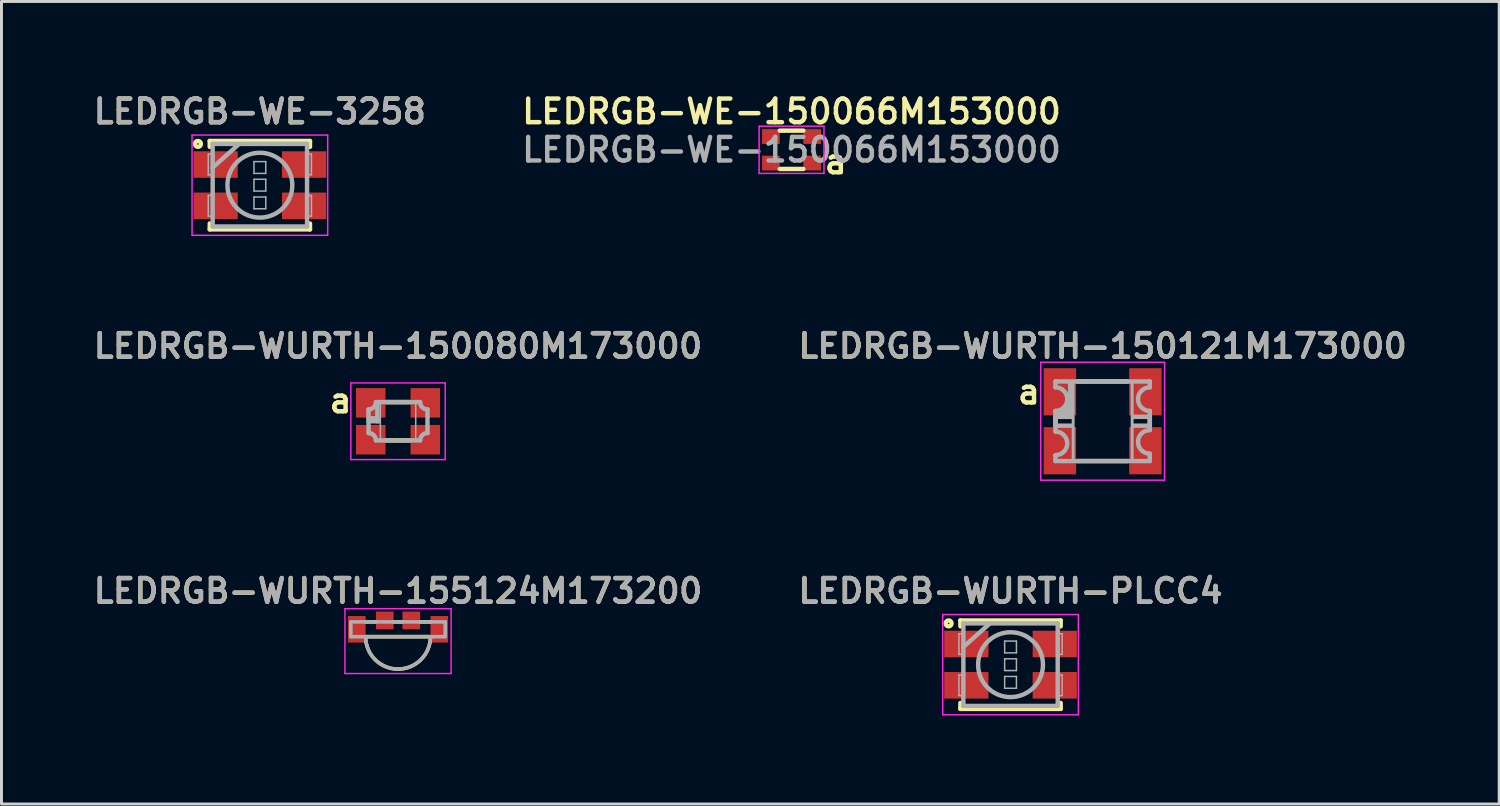
<source format=kicad_pcb>
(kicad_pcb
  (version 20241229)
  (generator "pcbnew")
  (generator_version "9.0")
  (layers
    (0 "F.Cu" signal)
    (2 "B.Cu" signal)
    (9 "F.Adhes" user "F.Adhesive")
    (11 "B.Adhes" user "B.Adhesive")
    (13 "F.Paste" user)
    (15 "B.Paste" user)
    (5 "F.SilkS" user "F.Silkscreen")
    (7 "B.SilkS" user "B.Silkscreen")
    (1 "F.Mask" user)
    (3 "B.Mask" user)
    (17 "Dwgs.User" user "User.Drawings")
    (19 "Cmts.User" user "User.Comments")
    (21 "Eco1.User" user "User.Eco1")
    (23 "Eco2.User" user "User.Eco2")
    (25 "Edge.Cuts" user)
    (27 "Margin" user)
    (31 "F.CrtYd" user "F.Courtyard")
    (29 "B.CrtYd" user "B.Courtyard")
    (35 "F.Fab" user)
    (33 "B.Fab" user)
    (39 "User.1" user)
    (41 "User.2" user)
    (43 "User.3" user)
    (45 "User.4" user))
  (footprint "LEDRGB-WURTH-155124M173200"
    (layer "F.Cu")
    (at 10.45 18.294)
    (property "Reference" "LEDRGB-WURTH-155124M173200" (at 0 -1.3 0) (layer "F.SilkS") (effects (font (size 0.8 0.8) (thickness 0.15))))
    (attr smd)
    (fp_line (start -1.1 0.25) (end 1.05 0.25) (stroke (width 0.12) (type solid)) (layer "F.SilkS"))
    (fp_line (start -0.75 -0.25) (end -1.1 -0.25) (stroke (width 0.12) (type solid)) (layer "F.SilkS"))
    (fp_line (start 0.15 -0.25) (end -0.15 -0.25) (stroke (width 0.12) (type solid)) (layer "F.SilkS"))
    (fp_line (start 1.1 -0.25) (end 0.75 -0.25) (stroke (width 0.12) (type solid)) (layer "F.SilkS"))
    (fp_arc (start 1.1 0.25) (mid 0 1.35) (end -1.1 0.25) (stroke (width 0.12) (type solid)) (layer "F.SilkS"))
    (fp_line (start -1.8 -0.7) (end 1.8 -0.7) (stroke (width 0.05) (type solid)) (layer "F.CrtYd"))
    (fp_line (start -1.8 1.5) (end -1.8 -0.7) (stroke (width 0.05) (type solid)) (layer "F.CrtYd"))
    (fp_line (start 1.8 -0.7) (end 1.8 1.5) (stroke (width 0.05) (type solid)) (layer "F.CrtYd"))
    (fp_line (start 1.8 1.5) (end -1.8 1.5) (stroke (width 0.05) (type solid)) (layer "F.CrtYd"))
    (fp_line (start -1.6 -0.25) (end 1.6 -0.25) (stroke (width 0.12) (type solid)) (layer "F.Fab"))
    (fp_line (start -1.6 0.25) (end -1.6 -0.25) (stroke (width 0.12) (type solid)) (layer "F.Fab"))
    (fp_line (start 1.6 -0.25) (end 1.6 0.25) (stroke (width 0.12) (type solid)) (layer "F.Fab"))
    (fp_line (start 1.6 0.25) (end -1.6 0.25) (stroke (width 0.12) (type solid)) (layer "F.Fab"))
    (fp_arc (start 1.1 0.25) (mid 0 1.35) (end -1.1 0.25) (stroke (width 0.12) (type solid)) (layer "F.Fab"))
    (fp_text user "${REFERENCE}" (at 0 -1.3 0) (layer "F.Fab") (effects (font (size 0.8 0.8) (thickness 0.15))))
    (pad "1" smd rect (at -1.4 0) (size 0.6 0.9) (layers "F.Cu" "F.Mask" "F.Paste"))
    (pad "2" smd rect (at -0.45 -0.3) (size 0.6 0.6) (layers "F.Cu" "F.Mask" "F.Paste"))
    (pad "3" smd rect (at 0.45 -0.3) (size 0.6 0.6) (layers "F.Cu" "F.Mask" "F.Paste"))
    (pad "4" smd rect (at 1.4 0) (size 0.6 0.9) (layers "F.Cu" "F.Mask" "F.Paste")))
  (footprint "LEDRGB-WURTH-150080M173000"
    (layer "F.Cu")
    (at 10.45 11.238)
    (property "Reference" "LEDRGB-WURTH-150080M173000" (at 0 -2.55 0) (layer "F.SilkS") (effects (font (size 0.8 0.8) (thickness 0.15))))
    (attr through_hole)
    (fp_line (start -0.4 -0.65) (end 0.4 -0.65) (stroke (width 0.15) (type solid)) (layer "F.SilkS"))
    (fp_line (start -0.4 0.65) (end 0.4 0.65) (stroke (width 0.15) (type solid)) (layer "F.SilkS"))
    (fp_line (start -1.6 -1.3) (end -1.6 1.3) (stroke (width 0.05) (type solid)) (layer "F.CrtYd"))
    (fp_line (start -1.6 1.3) (end 1.6 1.3) (stroke (width 0.05) (type solid)) (layer "F.CrtYd"))
    (fp_line (start 1.6 -1.3) (end -1.6 -1.3) (stroke (width 0.05) (type solid)) (layer "F.CrtYd"))
    (fp_line (start 1.6 1.3) (end 1.6 -1.3) (stroke (width 0.05) (type solid)) (layer "F.CrtYd"))
    (fp_line (start -1 -0.1) (end -0.7 -0.1) (stroke (width 0.15) (type solid)) (layer "F.Fab"))
    (fp_line (start -1 0) (end -0.65 0) (stroke (width 0.15) (type solid)) (layer "F.Fab"))
    (fp_line (start -1 0.4) (end -1 -0.4) (stroke (width 0.15) (type solid)) (layer "F.Fab"))
    (fp_line (start -0.75 -0.65) (end 0.75 -0.65) (stroke (width 0.15) (type solid)) (layer "F.Fab"))
    (fp_line (start -0.7 0) (end -0.7 -0.6) (stroke (width 0.15) (type solid)) (layer "F.Fab"))
    (fp_line (start -0.6 -0.65) (end -0.6 0.65) (stroke (width 0.05) (type solid)) (layer "F.Fab"))
    (fp_line (start 0.6 -0.65) (end 0.6 0.65) (stroke (width 0.05) (type solid)) (layer "F.Fab"))
    (fp_line (start 0.75 0.65) (end -0.75 0.65) (stroke (width 0.15) (type solid)) (layer "F.Fab"))
    (fp_line (start 1 -0.4) (end 1 0.4) (stroke (width 0.15) (type solid)) (layer "F.Fab"))
    (fp_arc (start -1 0.4) (mid -0.823223 0.473223) (end -0.75 0.65) (stroke (width 0.15) (type solid)) (layer "F.Fab"))
    (fp_arc (start -0.75 -0.65) (mid -0.823223 -0.473223) (end -1 -0.4) (stroke (width 0.15) (type solid)) (layer "F.Fab"))
    (fp_arc (start 0.75 0.65) (mid 0.823223 0.473223) (end 1 0.4) (stroke (width 0.15) (type solid)) (layer "F.Fab"))
    (fp_arc (start 1 -0.4) (mid 0.823223 -0.473223) (end 0.75 -0.65) (stroke (width 0.15) (type solid)) (layer "F.Fab"))
    (fp_text user "a" (at -1.95 -0.7 0) (layer "F.SilkS") (effects (font (size 0.8 0.8) (thickness 0.15))))
    (fp_text user "${REFERENCE}" (at 0 -2.55 0) (layer "F.Fab") (effects (font (size 0.8 0.8) (thickness 0.15))))
    (pad "1" smd rect (at 0.925 -0.625) (size 1 1) (layers "F.Cu" "F.Mask" "F.Paste"))
    (pad "2" smd rect (at 0.925 0.625) (size 1 1) (layers "F.Cu" "F.Mask" "F.Paste"))
    (pad "3" smd rect (at -0.925 0.625) (size 1 1) (layers "F.Cu" "F.Mask" "F.Paste"))
    (pad "4" smd rect (at -0.925 -0.625) (size 1 1) (layers "F.Cu" "F.Mask" "F.Paste")))
  (footprint "LEDRGB-WURTH-150121M173000"
    (layer "F.Cu")
    (at 34.349 11.238)
    (property "Reference" "LEDRGB-WURTH-150121M173000" (at 0 -2.55 0) (layer "F.SilkS") (effects (font (size 0.8 0.8) (thickness 0.15))))
    (attr through_hole)
    (fp_line (start -1.6 -0.15) (end -1.6 0.15) (stroke (width 0.15) (type solid)) (layer "F.SilkS"))
    (fp_line (start -0.85 -1.35) (end 0.85 -1.35) (stroke (width 0.15) (type solid)) (layer "F.SilkS"))
    (fp_line (start -0.85 1.35) (end 0.85 1.35) (stroke (width 0.15) (type solid)) (layer "F.SilkS"))
    (fp_line (start 1.6 -0.15) (end 1.6 0.15) (stroke (width 0.15) (type solid)) (layer "F.SilkS"))
    (fp_line (start -2.1 -2) (end -2.1 2) (stroke (width 0.05) (type solid)) (layer "F.CrtYd"))
    (fp_line (start -2.1 2) (end 2.1 2) (stroke (width 0.05) (type solid)) (layer "F.CrtYd"))
    (fp_line (start 2.1 -2) (end -2.1 -2) (stroke (width 0.05) (type solid)) (layer "F.CrtYd"))
    (fp_line (start 2.1 2) (end 2.1 -2) (stroke (width 0.05) (type solid)) (layer "F.CrtYd"))
    (fp_line (start -1.6 -1.35) (end 1.6 -1.35) (stroke (width 0.15) (type solid)) (layer "F.Fab"))
    (fp_line (start -1.6 -1.15) (end -1.6 -1.35) (stroke (width 0.15) (type solid)) (layer "F.Fab"))
    (fp_line (start -1.6 -0.15) (end -1.05 -0.15) (stroke (width 0.15) (type solid)) (layer "F.Fab"))
    (fp_line (start -1.6 0.15) (end -1.05 0.15) (stroke (width 0.15) (type solid)) (layer "F.Fab"))
    (fp_line (start -1.6 0.35) (end -1.6 -0.35) (stroke (width 0.15) (type solid)) (layer "F.Fab"))
    (fp_line (start -1.6 1.15) (end -1.6 1.35) (stroke (width 0.15) (type solid)) (layer "F.Fab"))
    (fp_line (start -1.5 -0.25) (end -1.05 -0.25) (stroke (width 0.15) (type solid)) (layer "F.Fab"))
    (fp_line (start -1.4 -0.35) (end -1.15 -0.35) (stroke (width 0.15) (type solid)) (layer "F.Fab"))
    (fp_line (start -1.25 -0.45) (end -1.1 -0.45) (stroke (width 0.15) (type solid)) (layer "F.Fab"))
    (fp_line (start -1.1 -0.2) (end -1.1 -1.3) (stroke (width 0.15) (type solid)) (layer "F.Fab"))
    (fp_line (start -1 1.35) (end -1 -1.35) (stroke (width 0.1) (type solid)) (layer "F.Fab"))
    (fp_line (start 1 -1.35) (end 1 1.35) (stroke (width 0.1) (type solid)) (layer "F.Fab"))
    (fp_line (start 1.6 -1.15) (end 1.6 -1.35) (stroke (width 0.15) (type solid)) (layer "F.Fab"))
    (fp_line (start 1.6 -0.15) (end 1.05 -0.15) (stroke (width 0.15) (type solid)) (layer "F.Fab"))
    (fp_line (start 1.6 0.15) (end 1.05 0.15) (stroke (width 0.15) (type solid)) (layer "F.Fab"))
    (fp_line (start 1.6 0.3) (end 1.6 -0.35) (stroke (width 0.15) (type solid)) (layer "F.Fab"))
    (fp_line (start 1.6 1.35) (end -1.6 1.35) (stroke (width 0.15) (type solid)) (layer "F.Fab"))
    (fp_line (start 1.6 1.35) (end 1.6 1.1) (stroke (width 0.15) (type solid)) (layer "F.Fab"))
    (fp_arc (start -1.6 -1.15) (mid -1.2 -0.75) (end -1.6 -0.35) (stroke (width 0.15) (type solid)) (layer "F.Fab"))
    (fp_arc (start -1.6 0.35) (mid -1.2 0.75) (end -1.6 1.15) (stroke (width 0.15) (type solid)) (layer "F.Fab"))
    (fp_arc (start 1.6 -0.35) (mid 1.2 -0.75) (end 1.6 -1.15) (stroke (width 0.15) (type solid)) (layer "F.Fab"))
    (fp_arc (start 1.6 1.1) (mid 1.2 0.7) (end 1.6 0.3) (stroke (width 0.15) (type solid)) (layer "F.Fab"))
    (fp_text user "a" (at -2.5 -1 0) (layer "F.SilkS") (effects (font (size 0.8 0.8) (thickness 0.15))))
    (fp_text user "${REFERENCE}" (at 0 -2.55 0) (layer "F.Fab") (effects (font (size 0.8 0.8) (thickness 0.15))))
    (pad "1" smd rect (at -1.45 1) (size 1.1 1.6) (layers "F.Cu" "F.Mask" "F.Paste"))
    (pad "2" smd rect (at 1.45 1) (size 1.1 1.6) (layers "F.Cu" "F.Mask" "F.Paste"))
    (pad "3" smd rect (at 1.45 -1) (size 1.1 1.6) (layers "F.Cu" "F.Mask" "F.Paste"))
    (pad "4" smd rect (at -1.45 -1) (size 1.1 1.6) (layers "F.Cu" "F.Mask" "F.Paste")))
  (footprint "LEDRGB-WURTH-PLCC4"
    (layer "F.Cu")
    (at 31.225 19.494)
    (property "Reference" "LEDRGB-WURTH-PLCC4" (at 0 -2.5 0) (layer "F.SilkS") (effects (font (size 0.8 0.8) (thickness 0.15))))
    (attr through_hole)
    (fp_line (start -1.7 -1.5) (end -1.7 -1.3) (stroke (width 0.15) (type solid)) (layer "F.SilkS"))
    (fp_line (start -1.7 -1.5) (end 1.7 -1.5) (stroke (width 0.15) (type solid)) (layer "F.SilkS"))
    (fp_line (start -1.7 1.5) (end -1.7 1.3) (stroke (width 0.15) (type solid)) (layer "F.SilkS"))
    (fp_line (start -1.7 1.5) (end 1.7 1.5) (stroke (width 0.15) (type solid)) (layer "F.SilkS"))
    (fp_line (start 1.7 -1.5) (end 1.7 -1.3) (stroke (width 0.15) (type solid)) (layer "F.SilkS"))
    (fp_line (start 1.7 1.5) (end 1.7 1.3) (stroke (width 0.15) (type solid)) (layer "F.SilkS"))
    (fp_circle (center -2.1 -1.4) (end -2 -1.4) (stroke (width 0.15) (type solid)) (fill no) (layer "F.SilkS"))
    (fp_line (start -2.3 -1.7) (end 2.3 -1.7) (stroke (width 0.05) (type solid)) (layer "F.CrtYd"))
    (fp_line (start -2.3 1.7) (end -2.3 -1.7) (stroke (width 0.05) (type solid)) (layer "F.CrtYd"))
    (fp_line (start 2.3 -1.7) (end 2.3 1.7) (stroke (width 0.05) (type solid)) (layer "F.CrtYd"))
    (fp_line (start 2.3 1.7) (end -2.3 1.7) (stroke (width 0.05) (type solid)) (layer "F.CrtYd"))
    (fp_line (start -1.75 -1.05) (end -1.75 -0.35) (stroke (width 0.05) (type solid)) (layer "F.Fab"))
    (fp_line (start -1.75 -0.35) (end -1.6 -0.35) (stroke (width 0.05) (type solid)) (layer "F.Fab"))
    (fp_line (start -1.75 0.35) (end -1.75 1.05) (stroke (width 0.05) (type solid)) (layer "F.Fab"))
    (fp_line (start -1.75 1.05) (end -1.6 1.05) (stroke (width 0.05) (type solid)) (layer "F.Fab"))
    (fp_line (start -1.6 -1.4) (end 1.6 -1.4) (stroke (width 0.15) (type solid)) (layer "F.Fab"))
    (fp_line (start -1.6 -1.05) (end -1.75 -1.05) (stroke (width 0.05) (type solid)) (layer "F.Fab"))
    (fp_line (start -1.6 -0.6) (end -0.7 -1.4) (stroke (width 0.15) (type solid)) (layer "F.Fab"))
    (fp_line (start -1.6 0.35) (end -1.75 0.35) (stroke (width 0.05) (type solid)) (layer "F.Fab"))
    (fp_line (start -1.6 1.4) (end -1.6 -1.4) (stroke (width 0.15) (type solid)) (layer "F.Fab"))
    (fp_line (start -0.2 -0.8) (end 0.2 -0.8) (stroke (width 0.05) (type solid)) (layer "F.Fab"))
    (fp_line (start -0.2 -0.4) (end -0.2 -0.8) (stroke (width 0.05) (type solid)) (layer "F.Fab"))
    (fp_line (start -0.2 -0.2) (end -0.2 0.2) (stroke (width 0.05) (type solid)) (layer "F.Fab"))
    (fp_line (start -0.2 0.2) (end 0.2 0.2) (stroke (width 0.05) (type solid)) (layer "F.Fab"))
    (fp_line (start -0.2 0.4) (end -0.2 0.8) (stroke (width 0.05) (type solid)) (layer "F.Fab"))
    (fp_line (start -0.2 0.8) (end 0.2 0.8) (stroke (width 0.05) (type solid)) (layer "F.Fab"))
    (fp_line (start 0.2 -0.8) (end 0.2 -0.4) (stroke (width 0.05) (type solid)) (layer "F.Fab"))
    (fp_line (start 0.2 -0.4) (end -0.2 -0.4) (stroke (width 0.05) (type solid)) (layer "F.Fab"))
    (fp_line (start 0.2 -0.2) (end -0.2 -0.2) (stroke (width 0.05) (type solid)) (layer "F.Fab"))
    (fp_line (start 0.2 0.2) (end 0.2 -0.2) (stroke (width 0.05) (type solid)) (layer "F.Fab"))
    (fp_line (start 0.2 0.4) (end -0.2 0.4) (stroke (width 0.05) (type solid)) (layer "F.Fab"))
    (fp_line (start 0.2 0.8) (end 0.2 0.4) (stroke (width 0.05) (type solid)) (layer "F.Fab"))
    (fp_line (start 1.6 -1.4) (end 1.6 1.4) (stroke (width 0.15) (type solid)) (layer "F.Fab"))
    (fp_line (start 1.6 -0.35) (end 1.75 -0.35) (stroke (width 0.05) (type solid)) (layer "F.Fab"))
    (fp_line (start 1.6 0.35) (end 1.75 0.35) (stroke (width 0.05) (type solid)) (layer "F.Fab"))
    (fp_line (start 1.6 1.4) (end -1.6 1.4) (stroke (width 0.15) (type solid)) (layer "F.Fab"))
    (fp_line (start 1.75 -1.05) (end 1.6 -1.05) (stroke (width 0.05) (type solid)) (layer "F.Fab"))
    (fp_line (start 1.75 -0.35) (end 1.75 -1.05) (stroke (width 0.05) (type solid)) (layer "F.Fab"))
    (fp_line (start 1.75 0.35) (end 1.75 1.05) (stroke (width 0.05) (type solid)) (layer "F.Fab"))
    (fp_line (start 1.75 1.05) (end 1.6 1.05) (stroke (width 0.05) (type solid)) (layer "F.Fab"))
    (fp_circle (center 0 0) (end 1.1 0) (stroke (width 0.15) (type solid)) (fill no) (layer "F.Fab"))
    (fp_text user "${REFERENCE}" (at 0 -2.5 0) (layer "F.Fab") (effects (font (size 0.8 0.8) (thickness 0.15))))
    (pad "1" smd rect (at 1.5 -0.7) (size 1.5 0.9) (layers "F.Cu" "F.Mask" "F.Paste"))
    (pad "2" smd rect (at 1.5 0.7) (size 1.5 0.9) (layers "F.Cu" "F.Mask" "F.Paste"))
    (pad "3" smd rect (at -1.5 -0.7) (size 1.5 0.9) (layers "F.Cu" "F.Mask" "F.Paste"))
    (pad "4" smd rect (at -1.5 0.7) (size 1.5 0.9) (layers "F.Cu" "F.Mask" "F.Paste")))
  (footprint "LEDRGB-WE-3258"
    (layer "F.Cu")
    (at 5.764 3.231)
    (property "Reference" "LEDRGB-WE-3258" (at 0 -2.5 0) (layer "F.SilkS") (effects (font (size 0.8 0.8) (thickness 0.15))))
    (attr through_hole)
    (fp_line (start -1.7 -1.5) (end -1.7 -1.3) (stroke (width 0.15) (type solid)) (layer "F.SilkS"))
    (fp_line (start -1.7 -1.5) (end 1.7 -1.5) (stroke (width 0.15) (type solid)) (layer "F.SilkS"))
    (fp_line (start -1.7 1.5) (end -1.7 1.3) (stroke (width 0.15) (type solid)) (layer "F.SilkS"))
    (fp_line (start -1.7 1.5) (end 1.7 1.5) (stroke (width 0.15) (type solid)) (layer "F.SilkS"))
    (fp_line (start 1.7 -1.5) (end 1.7 -1.3) (stroke (width 0.15) (type solid)) (layer "F.SilkS"))
    (fp_line (start 1.7 1.5) (end 1.7 1.3) (stroke (width 0.15) (type solid)) (layer "F.SilkS"))
    (fp_circle (center -2.1 -1.4) (end -2 -1.4) (stroke (width 0.15) (type solid)) (fill no) (layer "F.SilkS"))
    (fp_line (start -2.3 -1.7) (end 2.3 -1.7) (stroke (width 0.05) (type solid)) (layer "F.CrtYd"))
    (fp_line (start -2.3 1.7) (end -2.3 -1.7) (stroke (width 0.05) (type solid)) (layer "F.CrtYd"))
    (fp_line (start 2.3 -1.7) (end 2.3 1.7) (stroke (width 0.05) (type solid)) (layer "F.CrtYd"))
    (fp_line (start 2.3 1.7) (end -2.3 1.7) (stroke (width 0.05) (type solid)) (layer "F.CrtYd"))
    (fp_line (start -1.75 -1.05) (end -1.75 -0.35) (stroke (width 0.05) (type solid)) (layer "F.Fab"))
    (fp_line (start -1.75 -0.35) (end -1.6 -0.35) (stroke (width 0.05) (type solid)) (layer "F.Fab"))
    (fp_line (start -1.75 0.35) (end -1.75 1.05) (stroke (width 0.05) (type solid)) (layer "F.Fab"))
    (fp_line (start -1.75 1.05) (end -1.6 1.05) (stroke (width 0.05) (type solid)) (layer "F.Fab"))
    (fp_line (start -1.6 -1.4) (end 1.6 -1.4) (stroke (width 0.15) (type solid)) (layer "F.Fab"))
    (fp_line (start -1.6 -1.05) (end -1.75 -1.05) (stroke (width 0.05) (type solid)) (layer "F.Fab"))
    (fp_line (start -1.6 -0.6) (end -0.7 -1.4) (stroke (width 0.15) (type solid)) (layer "F.Fab"))
    (fp_line (start -1.6 0.35) (end -1.75 0.35) (stroke (width 0.05) (type solid)) (layer "F.Fab"))
    (fp_line (start -1.6 1.4) (end -1.6 -1.4) (stroke (width 0.15) (type solid)) (layer "F.Fab"))
    (fp_line (start -0.2 -0.8) (end 0.2 -0.8) (stroke (width 0.05) (type solid)) (layer "F.Fab"))
    (fp_line (start -0.2 -0.4) (end -0.2 -0.8) (stroke (width 0.05) (type solid)) (layer "F.Fab"))
    (fp_line (start -0.2 -0.2) (end -0.2 0.2) (stroke (width 0.05) (type solid)) (layer "F.Fab"))
    (fp_line (start -0.2 0.2) (end 0.2 0.2) (stroke (width 0.05) (type solid)) (layer "F.Fab"))
    (fp_line (start -0.2 0.4) (end -0.2 0.8) (stroke (width 0.05) (type solid)) (layer "F.Fab"))
    (fp_line (start -0.2 0.8) (end 0.2 0.8) (stroke (width 0.05) (type solid)) (layer "F.Fab"))
    (fp_line (start 0.2 -0.8) (end 0.2 -0.4) (stroke (width 0.05) (type solid)) (layer "F.Fab"))
    (fp_line (start 0.2 -0.4) (end -0.2 -0.4) (stroke (width 0.05) (type solid)) (layer "F.Fab"))
    (fp_line (start 0.2 -0.2) (end -0.2 -0.2) (stroke (width 0.05) (type solid)) (layer "F.Fab"))
    (fp_line (start 0.2 0.2) (end 0.2 -0.2) (stroke (width 0.05) (type solid)) (layer "F.Fab"))
    (fp_line (start 0.2 0.4) (end -0.2 0.4) (stroke (width 0.05) (type solid)) (layer "F.Fab"))
    (fp_line (start 0.2 0.8) (end 0.2 0.4) (stroke (width 0.05) (type solid)) (layer "F.Fab"))
    (fp_line (start 1.6 -1.4) (end 1.6 1.4) (stroke (width 0.15) (type solid)) (layer "F.Fab"))
    (fp_line (start 1.6 -0.35) (end 1.75 -0.35) (stroke (width 0.05) (type solid)) (layer "F.Fab"))
    (fp_line (start 1.6 0.35) (end 1.75 0.35) (stroke (width 0.05) (type solid)) (layer "F.Fab"))
    (fp_line (start 1.6 1.4) (end -1.6 1.4) (stroke (width 0.15) (type solid)) (layer "F.Fab"))
    (fp_line (start 1.75 -1.05) (end 1.6 -1.05) (stroke (width 0.05) (type solid)) (layer "F.Fab"))
    (fp_line (start 1.75 -0.35) (end 1.75 -1.05) (stroke (width 0.05) (type solid)) (layer "F.Fab"))
    (fp_line (start 1.75 0.35) (end 1.75 1.05) (stroke (width 0.05) (type solid)) (layer "F.Fab"))
    (fp_line (start 1.75 1.05) (end 1.6 1.05) (stroke (width 0.05) (type solid)) (layer "F.Fab"))
    (fp_circle (center 0 0) (end 1.1 0) (stroke (width 0.15) (type solid)) (fill no) (layer "F.Fab"))
    (fp_text user "${REFERENCE}" (at 0 -2.5 0) (layer "F.Fab") (effects (font (size 0.8 0.8) (thickness 0.15))))
    (pad "1" smd rect (at 1.5 -0.7) (size 1.5 0.9) (layers "F.Cu" "F.Mask" "F.Paste"))
    (pad "2" smd rect (at 1.5 0.7) (size 1.5 0.9) (layers "F.Cu" "F.Mask" "F.Paste"))
    (pad "3" smd rect (at -1.5 -0.7) (size 1.5 0.9) (layers "F.Cu" "F.Mask" "F.Paste"))
    (pad "4" smd rect (at -1.5 0.7) (size 1.5 0.9) (layers "F.Cu" "F.Mask" "F.Paste")))
  (footprint "LEDRGB-WE-150066M153000"
    (layer "F.Cu")
    (at 23.797 2.031)
    (property "Reference" "LEDRGB-WE-150066M153000" (at 0 -1.3 0) (layer "F.SilkS") (effects (font (size 0.8 0.8) (thickness 0.15))))
    (attr through_hole)
    (fp_line (start -0.4 -0.65) (end 0.4 -0.65) (stroke (width 0.15) (type solid)) (layer "F.SilkS"))
    (fp_line (start -0.4 0.65) (end 0.4 0.65) (stroke (width 0.15) (type solid)) (layer "F.SilkS"))
    (fp_line (start -1.1 -0.8) (end -1.1 0.8) (stroke (width 0.05) (type solid)) (layer "F.CrtYd"))
    (fp_line (start -1.1 0.8) (end 1.1 0.8) (stroke (width 0.05) (type solid)) (layer "F.CrtYd"))
    (fp_line (start 1.1 -0.8) (end -1.1 -0.8) (stroke (width 0.05) (type solid)) (layer "F.CrtYd"))
    (fp_line (start 1.1 0.8) (end 1.1 -0.8) (stroke (width 0.05) (type solid)) (layer "F.CrtYd"))
    (fp_text user "a" (at 1.5 0.4 0) (layer "F.SilkS") (effects (font (size 0.8 0.8) (thickness 0.15))))
    (fp_text user "${REFERENCE}" (at 0 0 0) (layer "F.Fab") (effects (font (size 0.8 0.8) (thickness 0.15))))
    (pad "1" smd rect (at -0.7 0.45) (size 0.6 0.5) (layers "F.Cu" "F.Mask" "F.Paste"))
    (pad "2" smd rect (at -0.7 -0.45) (size 0.6 0.5) (layers "F.Cu" "F.Mask" "F.Paste"))
    (pad "3" smd rect (at 0.7 -0.45) (size 0.6 0.5) (layers "F.Cu" "F.Mask" "F.Paste"))
    (pad "4" smd rect (at 0.7 0.45) (size 0.6 0.5) (layers "F.Cu" "F.Mask" "F.Paste")))
  (gr_rect
    (start -3 -3)
    (end 47.799 24.219)
    (stroke (width 0.1) (type default))
    (fill no)
    (layer "Edge.Cuts")))
</source>
